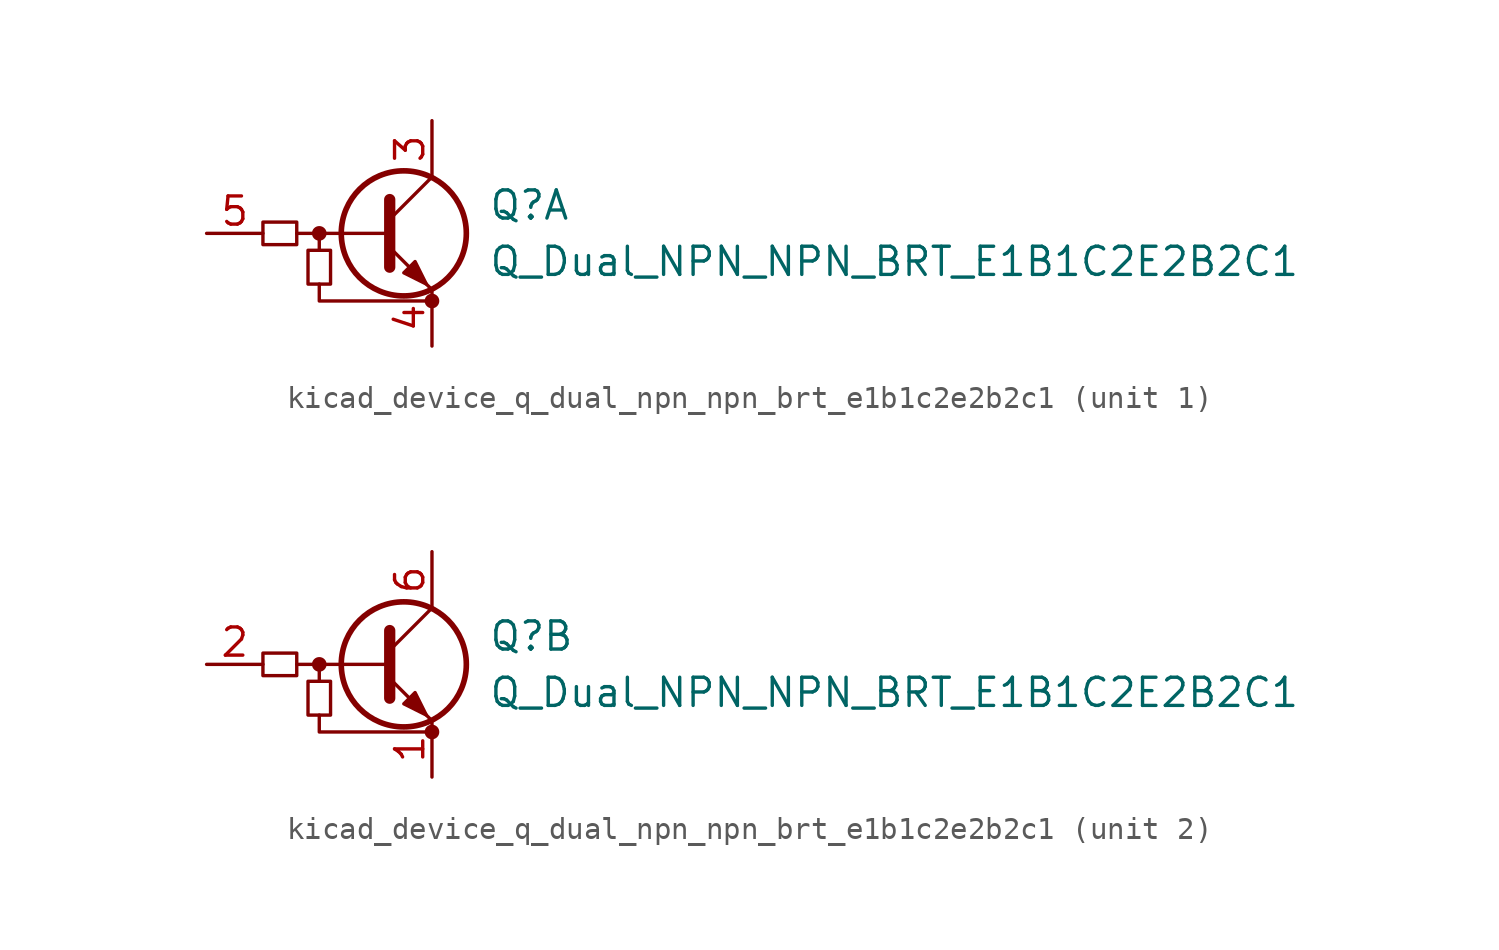
<source format=kicad_sym>
(kicad_symbol_lib
  (version 20220914)
  (generator kicad_symbol_editor)
  (symbol "kicad_device_q_dual_npn_npn_brt_e1b1c2e2b2c1"
    (pin_names hide)
    (property "Reference" "Q"
      (at 3.81 1.27 0)
      (effects (font (size 1.27 1.27)) (justify left)))
    (property "Value" "Q_Dual_NPN_NPN_BRT_E1B1C2E2B2C1"
      (at 3.81 -1.27 0)
      (effects (font (size 1.27 1.27)) (justify left)))
    (symbol "kicad_device_q_dual_npn_npn_brt_e1b1c2e2b2c1_0_1"
      (rectangle (start -6.35 0.508) (end -4.826 -0.508) (stroke (width 0) (type default)) (fill (type none)))
      (rectangle (start -4.318 -2.286) (end -3.302 -0.762) (stroke (width 0) (type default)) (fill (type none)))
      (circle (center -3.81 0) (radius 0.254) (stroke (width 0) (type default)) (fill (type outline)))
      (polyline (pts (xy -3.81 -0.762) (xy -3.81 0)) (stroke (width 0) (type default)) (fill (type none)))
      (polyline (pts (xy -0.762 0) (xy -4.826 0)) (stroke (width 0) (type default)) (fill (type none)))
      (polyline (pts (xy -0.635 1.524) (xy -0.635 -1.524)) (stroke (width 0.508) (type default)) (fill (type none)))
      (polyline (pts (xy -3.81 -2.286) (xy -3.81 -3.048) (xy 1.27 -3.048)) (stroke (width 0) (type default)) (fill (type none)))
      (circle (center 1.27 -3.048) (radius 0.254) (stroke (width 0) (type default)) (fill (type outline))))
    (symbol "kicad_device_q_dual_npn_npn_brt_e1b1c2e2b2c1_1_1"
      (polyline (pts (xy -0.635 0.635) (xy 1.27 2.54)) (stroke (width 0) (type default)) (fill (type none)))
      (polyline (pts (xy -0.635 -0.635) (xy 1.27 -2.54) (xy 1.27 -2.54)) (stroke (width 0) (type default)) (fill (type none)))
      (polyline (pts (xy 0 -1.778) (xy 0.508 -1.27) (xy 1.016 -2.286) (xy 0 -1.778) (xy 0 -1.778)) (stroke (width 0) (type default)) (fill (type outline)))
      (circle (center 0 0) (radius 2.819) (stroke (width 0.254) (type default)) (fill (type none)))
      (pin passive line (at 1.27 5.08 270) (length 2.54) (name "C1" (effects (font (size 1.27 1.27)))) (number "3" (effects (font (size 1.27 1.27)))))
      (pin passive line (at 1.27 -5.08 90) (length 2.54) (name "E1" (effects (font (size 1.27 1.27)))) (number "4" (effects (font (size 1.27 1.27)))))
      (pin input line (at -8.89 0 0) (length 2.54) (name "B1" (effects (font (size 1.27 1.27)))) (number "5" (effects (font (size 1.27 1.27))))))
    (symbol "kicad_device_q_dual_npn_npn_brt_e1b1c2e2b2c1_2_1"
      (polyline (pts (xy -0.635 0.635) (xy 1.27 2.54)) (stroke (width 0) (type default)) (fill (type none)))
      (polyline (pts (xy -0.635 -0.635) (xy 1.27 -2.54) (xy 1.27 -2.54)) (stroke (width 0) (type default)) (fill (type none)))
      (polyline (pts (xy 0 -1.778) (xy 0.508 -1.27) (xy 1.016 -2.286) (xy 0 -1.778) (xy 0 -1.778)) (stroke (width 0) (type default)) (fill (type outline)))
      (circle (center 0 0) (radius 2.819) (stroke (width 0.254) (type default)) (fill (type none)))
      (pin passive line (at 1.27 -5.08 90) (length 2.54) (name "E1" (effects (font (size 1.27 1.27)))) (number "1" (effects (font (size 1.27 1.27)))))
      (pin input line (at -8.89 0 0) (length 2.54) (name "B1" (effects (font (size 1.27 1.27)))) (number "2" (effects (font (size 1.27 1.27)))))
      (pin passive line (at 1.27 5.08 270) (length 2.54) (name "C1" (effects (font (size 1.27 1.27)))) (number "6" (effects (font (size 1.27 1.27))))))))
</source>
